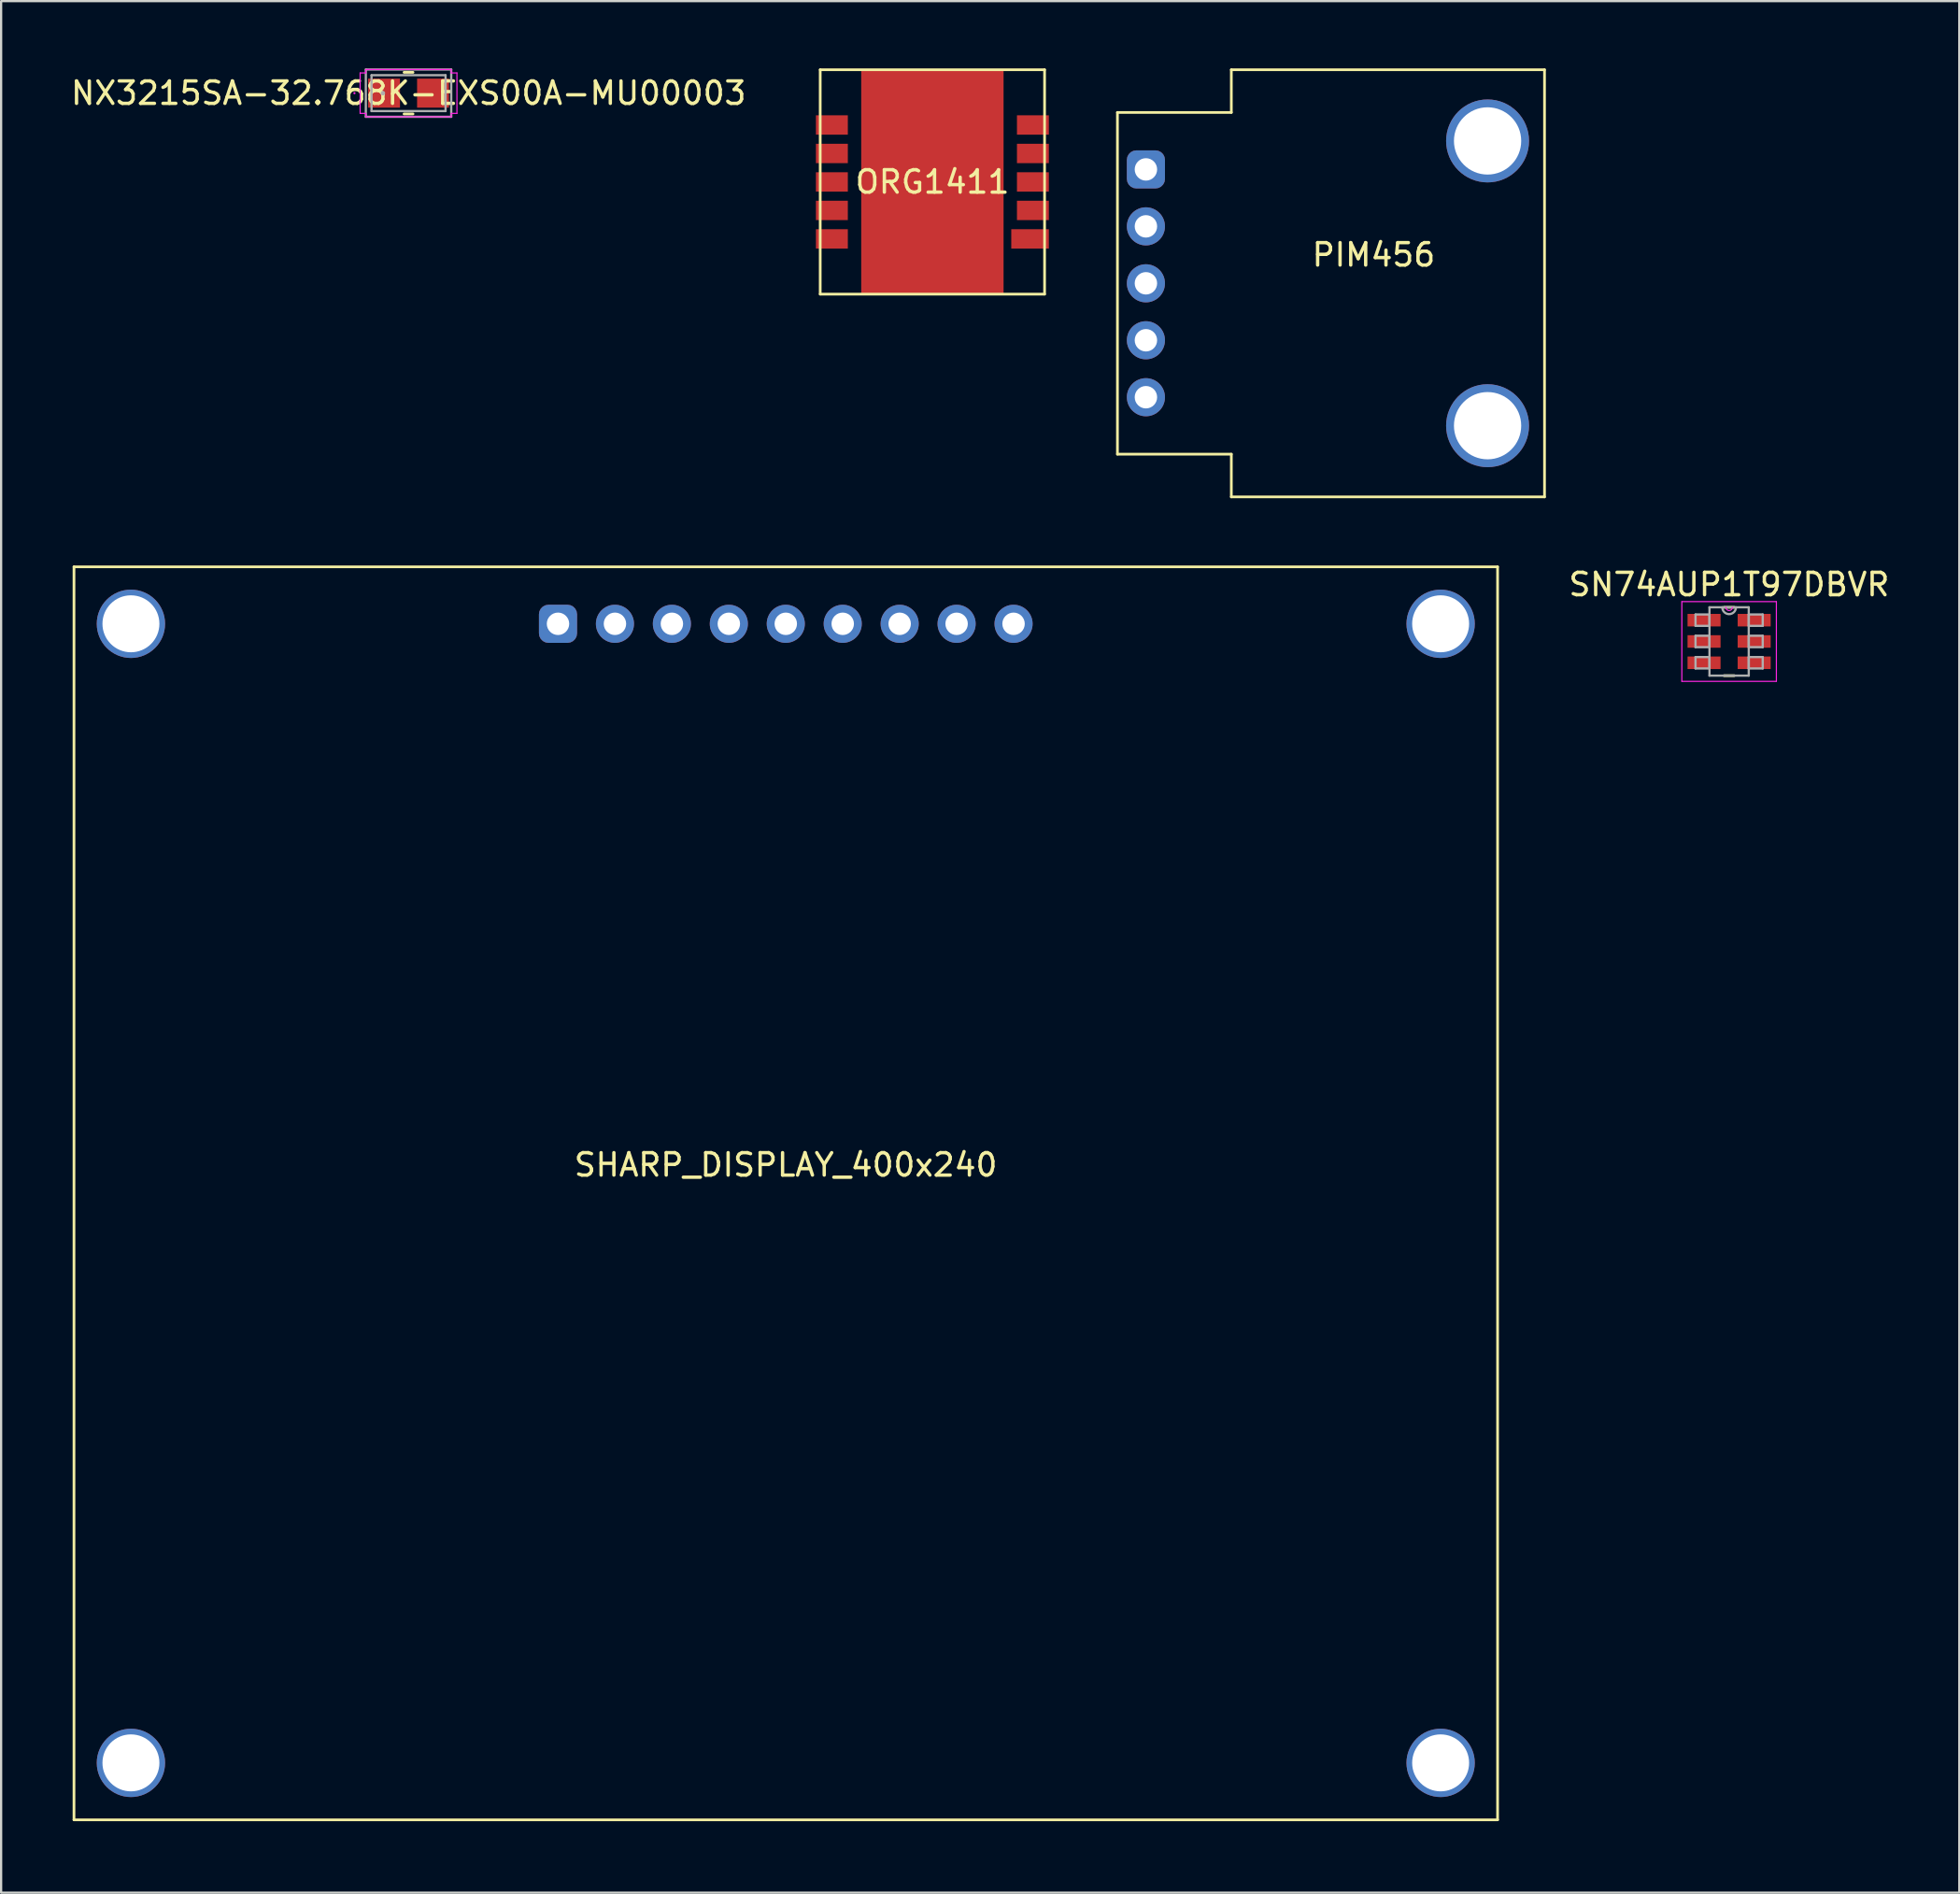
<source format=kicad_pcb>
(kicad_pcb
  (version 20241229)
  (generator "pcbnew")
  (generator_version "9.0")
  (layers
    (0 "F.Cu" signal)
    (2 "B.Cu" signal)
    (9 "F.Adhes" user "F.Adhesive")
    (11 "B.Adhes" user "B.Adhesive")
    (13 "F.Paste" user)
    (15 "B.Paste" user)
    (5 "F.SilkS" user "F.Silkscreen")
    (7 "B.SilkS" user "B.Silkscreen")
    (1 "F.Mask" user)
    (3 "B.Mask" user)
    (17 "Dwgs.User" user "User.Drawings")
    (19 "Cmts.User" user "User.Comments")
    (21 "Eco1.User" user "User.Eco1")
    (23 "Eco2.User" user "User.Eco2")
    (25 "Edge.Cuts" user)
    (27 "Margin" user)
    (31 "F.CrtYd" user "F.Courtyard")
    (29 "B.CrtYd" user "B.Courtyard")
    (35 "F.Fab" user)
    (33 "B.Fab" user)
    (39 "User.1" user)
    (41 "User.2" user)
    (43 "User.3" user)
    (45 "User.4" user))
  (footprint "NX3215SA-32.768K-EXS00A-MU00003"
    (layer "F.Cu")
    (at 15.173 1.104)
    (property "Reference" "NX3215SA-32.768K-EXS00A-MU00003" (at 0 0 0) (layer "F.SilkS") (effects (font (size 1 1) (thickness 0.15))))
    (attr through_hole)
    (fp_line (start -0.2 0.927) (end 0.2 0.927) (stroke (width 0.12) (type solid)) (layer "F.SilkS"))
    (fp_line (start 0.2 -0.927) (end -0.2 -0.927) (stroke (width 0.12) (type solid)) (layer "F.SilkS"))
    (fp_line (start -2.159 -0.902) (end -1.905 -0.902) (stroke (width 0.05) (type solid)) (layer "F.CrtYd"))
    (fp_line (start -2.159 0.902) (end -2.159 -0.902) (stroke (width 0.05) (type solid)) (layer "F.CrtYd"))
    (fp_line (start -1.905 -1.054) (end 1.905 -1.054) (stroke (width 0.05) (type solid)) (layer "F.CrtYd"))
    (fp_line (start -1.905 -0.902) (end -1.905 -1.054) (stroke (width 0.05) (type solid)) (layer "F.CrtYd"))
    (fp_line (start -1.905 0.902) (end -2.159 0.902) (stroke (width 0.05) (type solid)) (layer "F.CrtYd"))
    (fp_line (start -1.905 1.054) (end -1.905 0.902) (stroke (width 0.05) (type solid)) (layer "F.CrtYd"))
    (fp_line (start 1.905 -1.054) (end 1.905 -0.902) (stroke (width 0.05) (type solid)) (layer "F.CrtYd"))
    (fp_line (start 1.905 -0.902) (end 2.159 -0.902) (stroke (width 0.05) (type solid)) (layer "F.CrtYd"))
    (fp_line (start 1.905 0.902) (end 1.905 1.054) (stroke (width 0.05) (type solid)) (layer "F.CrtYd"))
    (fp_line (start 1.905 1.054) (end -1.905 1.054) (stroke (width 0.05) (type solid)) (layer "F.CrtYd"))
    (fp_line (start 2.159 -0.902) (end 2.159 0.902) (stroke (width 0.05) (type solid)) (layer "F.CrtYd"))
    (fp_line (start 2.159 0.902) (end 1.905 0.902) (stroke (width 0.05) (type solid)) (layer "F.CrtYd"))
    (fp_circle (center -2.413 0) (end -2.413 0) (stroke (width 0.05) (type solid)) (fill no) (layer "F.CrtYd"))
    (fp_line (start -1.905 -1.054) (end 1.905 -1.054) (stroke (width 0.1) (type solid)) (layer "F.Fab"))
    (fp_line (start -1.905 1.054) (end -1.905 -1.054) (stroke (width 0.1) (type solid)) (layer "F.Fab"))
    (fp_line (start -1.651 -0.8) (end -1.651 0.8) (stroke (width 0.1) (type solid)) (layer "F.Fab"))
    (fp_line (start -1.651 0.8) (end 1.651 0.8) (stroke (width 0.1) (type solid)) (layer "F.Fab"))
    (fp_line (start 1.651 -0.8) (end -1.651 -0.8) (stroke (width 0.1) (type solid)) (layer "F.Fab"))
    (fp_line (start 1.651 0.8) (end 1.651 -0.8) (stroke (width 0.1) (type solid)) (layer "F.Fab"))
    (fp_line (start 1.905 -1.054) (end 1.905 1.054) (stroke (width 0.1) (type solid)) (layer "F.Fab"))
    (fp_line (start 1.905 1.054) (end -1.905 1.054) (stroke (width 0.1) (type solid)) (layer "F.Fab"))
    (fp_circle (center -1.143 0) (end -1.143 0) (stroke (width 0.1) (type solid)) (fill no) (layer "F.Fab"))
    (pad "1" smd rect (at -1.092 0 90) (size 1.295 1.422) (layers "F.Cu" "F.Mask" "F.Paste"))
    (pad "2" smd rect (at 1.092 0 90) (size 1.295 1.422) (layers "F.Cu" "F.Mask" "F.Paste")))
  (footprint "PIM456"
    (layer "F.Cu")
    (at 48.064 4.505)
    (property "Reference" "PIM456" (at 10.16 3.81 0) (layer "F.SilkS") (effects (font (size 1 1) (thickness 0.15))))
    (attr through_hole)
    (fp_line (start -1.27 -2.54) (end -1.27 12.7) (stroke (width 0.12) (type solid)) (layer "F.SilkS"))
    (fp_line (start -1.27 12.7) (end 3.81 12.7) (stroke (width 0.12) (type solid)) (layer "F.SilkS"))
    (fp_line (start 3.81 -4.445) (end 17.78 -4.445) (stroke (width 0.12) (type solid)) (layer "F.SilkS"))
    (fp_line (start 3.81 -2.54) (end -1.27 -2.54) (stroke (width 0.12) (type solid)) (layer "F.SilkS"))
    (fp_line (start 3.81 -2.54) (end 3.81 -4.445) (stroke (width 0.12) (type solid)) (layer "F.SilkS"))
    (fp_line (start 3.81 12.7) (end 3.81 14.605) (stroke (width 0.12) (type solid)) (layer "F.SilkS"))
    (fp_line (start 17.78 14.605) (end 3.81 14.605) (stroke (width 0.12) (type solid)) (layer "F.SilkS"))
    (fp_line (start 17.78 14.605) (end 17.78 -4.445) (stroke (width 0.12) (type solid)) (layer "F.SilkS"))
    (pad "" np_thru_hole circle (at 15.24 -1.27) (size 3.7 3.7) (drill 3) (layers "*.Cu" "*.Mask"))
    (pad "" np_thru_hole circle (at 15.24 11.43) (size 3.7 3.7) (drill 3) (layers "*.Cu" "*.Mask"))
    (pad "1" thru_hole roundrect (at 0 0) (size 1.7 1.7) (drill 1) (layers "*.Cu" "*.Mask") (roundrect_rratio 0.25))
    (pad "2" thru_hole circle (at 0 2.54) (size 1.7 1.7) (drill 1) (layers "*.Cu" "*.Mask"))
    (pad "3" thru_hole circle (at 0 5.08) (size 1.7 1.7) (drill 1) (layers "*.Cu" "*.Mask"))
    (pad "4" thru_hole circle (at 0 7.62) (size 1.7 1.7) (drill 1) (layers "*.Cu" "*.Mask"))
    (pad "5" thru_hole circle (at 0 10.16) (size 1.7 1.7) (drill 1) (layers "*.Cu" "*.Mask")))
  (footprint "ORG1411"
    (layer "F.Cu")
    (at 38.54 5.064)
    (property "Reference" "ORG1411" (at 0 0 0) (layer "F.SilkS") (effects (font (size 1 1) (thickness 0.15))))
    (attr through_hole)
    (fp_line (start -5.004 -5.004) (end -5.004 5.004) (stroke (width 0.12) (type solid)) (layer "F.SilkS"))
    (fp_line (start -5.004 5.004) (end 5.004 5.004) (stroke (width 0.12) (type solid)) (layer "F.SilkS"))
    (fp_line (start 5.004 -5.004) (end -5.004 -5.004) (stroke (width 0.12) (type solid)) (layer "F.SilkS"))
    (fp_line (start 5.004 5.004) (end 5.004 -5.004) (stroke (width 0.12) (type solid)) (layer "F.SilkS"))
    (pad "" smd rect (at 0 0) (size 6.35 10.008) (layers "F.Cu"))
    (pad "1" smd rect (at 4.356 2.54) (size 1.676 0.864) (layers "F.Cu" "F.Mask" "F.Paste"))
    (pad "2" smd rect (at 4.483 1.27) (size 1.422 0.864) (layers "F.Cu" "F.Mask" "F.Paste"))
    (pad "3" smd rect (at 4.483 0) (size 1.422 0.864) (layers "F.Cu" "F.Mask" "F.Paste"))
    (pad "4" smd rect (at 4.483 -1.27) (size 1.422 0.864) (layers "F.Cu" "F.Mask" "F.Paste"))
    (pad "5" smd rect (at 4.483 -2.54) (size 1.422 0.864) (layers "F.Cu" "F.Mask" "F.Paste"))
    (pad "6" smd rect (at -4.483 -2.54) (size 1.422 0.864) (layers "F.Cu" "F.Mask" "F.Paste"))
    (pad "7" smd rect (at -4.483 -1.27) (size 1.422 0.864) (layers "F.Cu" "F.Mask" "F.Paste"))
    (pad "8" smd rect (at -4.483 0) (size 1.422 0.864) (layers "F.Cu" "F.Mask" "F.Paste"))
    (pad "9" smd rect (at -4.483 1.27) (size 1.422 0.864) (layers "F.Cu" "F.Mask" "F.Paste"))
    (pad "10" smd rect (at -4.483 2.54) (size 1.422 0.864) (layers "F.Cu" "F.Mask" "F.Paste")))
  (footprint "SHARP_DISPLAY_400x240"
    (layer "F.Cu")
    (at 0.25 78.11)
    (property "Reference" "SHARP_DISPLAY_400x240" (at 31.75 -29.21 0) (layer "F.SilkS") (effects (font (size 1 1) (thickness 0.15))))
    (attr through_hole)
    (fp_line (start 0 0) (end 0 -55.88) (stroke (width 0.12) (type solid)) (layer "F.SilkS"))
    (fp_line (start 0 0) (end 63.5 0) (stroke (width 0.12) (type solid)) (layer "F.SilkS"))
    (fp_line (start 63.5 -55.88) (end 0 -55.88) (stroke (width 0.12) (type solid)) (layer "F.SilkS"))
    (fp_line (start 63.5 -55.88) (end 63.5 0) (stroke (width 0.12) (type solid)) (layer "F.SilkS"))
    (pad "" np_thru_hole circle (at 2.54 -53.34) (size 3.048 3.048) (drill 2.54) (layers "*.Cu" "*.Mask"))
    (pad "" np_thru_hole circle (at 2.54 -2.54) (size 3.048 3.048) (drill 2.54) (layers "*.Cu" "*.Mask"))
    (pad "" np_thru_hole circle (at 60.96 -53.34) (size 3.048 3.048) (drill 2.54) (layers "*.Cu" "*.Mask"))
    (pad "" np_thru_hole circle (at 60.96 -2.54) (size 3.048 3.048) (drill 2.54) (layers "*.Cu" "*.Mask"))
    (pad "1" thru_hole roundrect (at 21.59 -53.34) (size 1.7 1.7) (drill 1) (layers "*.Cu" "*.Mask") (roundrect_rratio 0.25))
    (pad "2" thru_hole circle (at 24.13 -53.34) (size 1.7 1.7) (drill 1) (layers "*.Cu" "*.Mask"))
    (pad "3" thru_hole circle (at 26.67 -53.34) (size 1.7 1.7) (drill 1) (layers "*.Cu" "*.Mask"))
    (pad "4" thru_hole circle (at 29.21 -53.34) (size 1.7 1.7) (drill 1) (layers "*.Cu" "*.Mask"))
    (pad "5" thru_hole circle (at 31.75 -53.34) (size 1.7 1.7) (drill 1) (layers "*.Cu" "*.Mask"))
    (pad "6" thru_hole circle (at 34.29 -53.34) (size 1.7 1.7) (drill 1) (layers "*.Cu" "*.Mask"))
    (pad "7" thru_hole circle (at 36.83 -53.34) (size 1.7 1.7) (drill 1) (layers "*.Cu" "*.Mask"))
    (pad "8" thru_hole circle (at 39.37 -53.34) (size 1.7 1.7) (drill 1) (layers "*.Cu" "*.Mask"))
    (pad "9" thru_hole circle (at 41.91 -53.34) (size 1.7 1.7) (drill 1) (layers "*.Cu" "*.Mask")))
  (footprint "SN74AUP1T97DBVR"
    (layer "F.Cu")
    (at 74.078 25.558)
    (property "Reference" "SN74AUP1T97DBVR" (at 0 -2.54 0) (layer "F.SilkS") (effects (font (size 1 1) (thickness 0.15))))
    (attr through_hole)
    (fp_line (start -0.226 1.524) (end 0.226 1.524) (stroke (width 0.12) (type solid)) (layer "F.SilkS"))
    (fp_line (start 0.226 -1.524) (end -0.226 -1.524) (stroke (width 0.12) (type solid)) (layer "F.SilkS"))
    (fp_line (start -2.108 -1.778) (end 2.108 -1.778) (stroke (width 0.05) (type solid)) (layer "F.CrtYd"))
    (fp_line (start -2.108 1.778) (end -2.108 -1.778) (stroke (width 0.05) (type solid)) (layer "F.CrtYd"))
    (fp_line (start 2.108 -1.778) (end 2.108 1.778) (stroke (width 0.05) (type solid)) (layer "F.CrtYd"))
    (fp_line (start 2.108 1.778) (end -2.108 1.778) (stroke (width 0.05) (type solid)) (layer "F.CrtYd"))
    (fp_arc (start 0.14605 -1.524) (mid 0 -1.37795) (end -0.14605 -1.524) (stroke (width 0.05) (type solid)) (layer "F.CrtYd"))
    (fp_line (start -1.499 -1.204) (end -1.499 -0.696) (stroke (width 0.1) (type solid)) (layer "F.Fab"))
    (fp_line (start -1.499 -0.696) (end -0.876 -0.696) (stroke (width 0.1) (type solid)) (layer "F.Fab"))
    (fp_line (start -1.499 -0.254) (end -1.499 0.254) (stroke (width 0.1) (type solid)) (layer "F.Fab"))
    (fp_line (start -1.499 0.254) (end -0.876 0.254) (stroke (width 0.1) (type solid)) (layer "F.Fab"))
    (fp_line (start -1.499 0.696) (end -1.499 1.204) (stroke (width 0.1) (type solid)) (layer "F.Fab"))
    (fp_line (start -1.499 1.204) (end -0.876 1.204) (stroke (width 0.1) (type solid)) (layer "F.Fab"))
    (fp_line (start -0.876 -1.524) (end -0.876 1.524) (stroke (width 0.1) (type solid)) (layer "F.Fab"))
    (fp_line (start -0.876 -1.204) (end -1.499 -1.204) (stroke (width 0.1) (type solid)) (layer "F.Fab"))
    (fp_line (start -0.876 -0.696) (end -0.876 -1.204) (stroke (width 0.1) (type solid)) (layer "F.Fab"))
    (fp_line (start -0.876 -0.254) (end -1.499 -0.254) (stroke (width 0.1) (type solid)) (layer "F.Fab"))
    (fp_line (start -0.876 0.254) (end -0.876 -0.254) (stroke (width 0.1) (type solid)) (layer "F.Fab"))
    (fp_line (start -0.876 0.696) (end -1.499 0.696) (stroke (width 0.1) (type solid)) (layer "F.Fab"))
    (fp_line (start -0.876 1.204) (end -0.876 0.696) (stroke (width 0.1) (type solid)) (layer "F.Fab"))
    (fp_line (start -0.876 1.524) (end 0.876 1.524) (stroke (width 0.1) (type solid)) (layer "F.Fab"))
    (fp_line (start 0.876 -1.524) (end -0.876 -1.524) (stroke (width 0.1) (type solid)) (layer "F.Fab"))
    (fp_line (start 0.876 -1.204) (end 0.876 -0.696) (stroke (width 0.1) (type solid)) (layer "F.Fab"))
    (fp_line (start 0.876 -0.696) (end 1.499 -0.696) (stroke (width 0.1) (type solid)) (layer "F.Fab"))
    (fp_line (start 0.876 -0.254) (end 0.876 0.254) (stroke (width 0.1) (type solid)) (layer "F.Fab"))
    (fp_line (start 0.876 0.254) (end 1.499 0.254) (stroke (width 0.1) (type solid)) (layer "F.Fab"))
    (fp_line (start 0.876 0.696) (end 0.876 1.204) (stroke (width 0.1) (type solid)) (layer "F.Fab"))
    (fp_line (start 0.876 1.204) (end 1.499 1.204) (stroke (width 0.1) (type solid)) (layer "F.Fab"))
    (fp_line (start 0.876 1.524) (end 0.876 -1.524) (stroke (width 0.1) (type solid)) (layer "F.Fab"))
    (fp_line (start 1.499 -1.204) (end 0.876 -1.204) (stroke (width 0.1) (type solid)) (layer "F.Fab"))
    (fp_line (start 1.499 -0.696) (end 1.499 -1.204) (stroke (width 0.1) (type solid)) (layer "F.Fab"))
    (fp_line (start 1.499 -0.254) (end 0.876 -0.254) (stroke (width 0.1) (type solid)) (layer "F.Fab"))
    (fp_line (start 1.499 0.254) (end 1.499 -0.254) (stroke (width 0.1) (type solid)) (layer "F.Fab"))
    (fp_line (start 1.499 0.696) (end 0.876 0.696) (stroke (width 0.1) (type solid)) (layer "F.Fab"))
    (fp_line (start 1.499 1.204) (end 1.499 0.696) (stroke (width 0.1) (type solid)) (layer "F.Fab"))
    (fp_arc (start 0.3048 -1.524) (mid 0 -1.2192) (end -0.3048 -1.524) (stroke (width 0.1) (type solid)) (layer "F.Fab"))
    (pad "1" smd rect (at -1.118 -0.95) (size 1.473 0.559) (layers "F.Cu" "F.Mask" "F.Paste"))
    (pad "2" smd rect (at -1.118 0) (size 1.473 0.559) (layers "F.Cu" "F.Mask" "F.Paste"))
    (pad "3" smd rect (at -1.118 0.95) (size 1.473 0.559) (layers "F.Cu" "F.Mask" "F.Paste"))
    (pad "4" smd rect (at 1.118 0.95) (size 1.473 0.559) (layers "F.Cu" "F.Mask" "F.Paste"))
    (pad "5" smd rect (at 1.118 0) (size 1.473 0.559) (layers "F.Cu" "F.Mask" "F.Paste"))
    (pad "6" smd rect (at 1.118 -0.95) (size 1.473 0.559) (layers "F.Cu" "F.Mask" "F.Paste")))
  (gr_rect
    (start -3 -3)
    (end 84.346 81.36)
    (stroke (width 0.1) (type default))
    (fill no)
    (layer "Edge.Cuts")))
</source>
